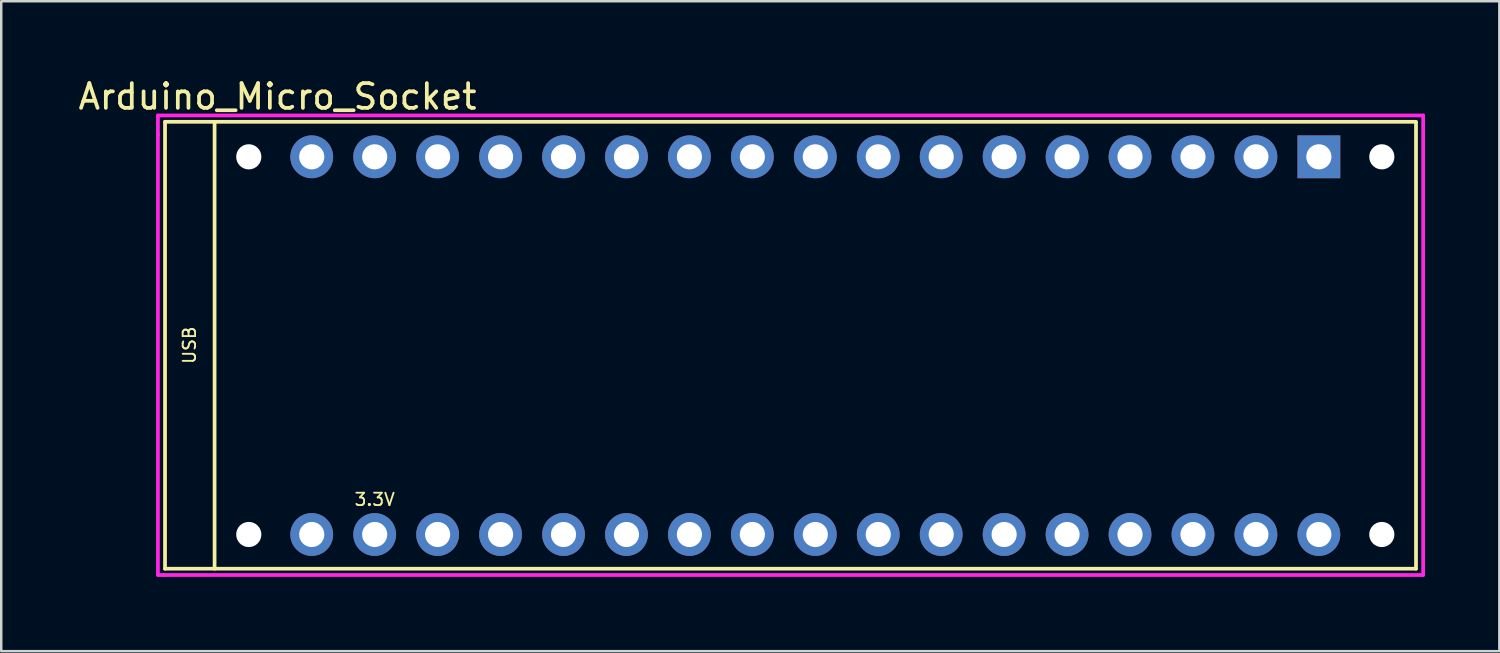
<source format=kicad_pcb>
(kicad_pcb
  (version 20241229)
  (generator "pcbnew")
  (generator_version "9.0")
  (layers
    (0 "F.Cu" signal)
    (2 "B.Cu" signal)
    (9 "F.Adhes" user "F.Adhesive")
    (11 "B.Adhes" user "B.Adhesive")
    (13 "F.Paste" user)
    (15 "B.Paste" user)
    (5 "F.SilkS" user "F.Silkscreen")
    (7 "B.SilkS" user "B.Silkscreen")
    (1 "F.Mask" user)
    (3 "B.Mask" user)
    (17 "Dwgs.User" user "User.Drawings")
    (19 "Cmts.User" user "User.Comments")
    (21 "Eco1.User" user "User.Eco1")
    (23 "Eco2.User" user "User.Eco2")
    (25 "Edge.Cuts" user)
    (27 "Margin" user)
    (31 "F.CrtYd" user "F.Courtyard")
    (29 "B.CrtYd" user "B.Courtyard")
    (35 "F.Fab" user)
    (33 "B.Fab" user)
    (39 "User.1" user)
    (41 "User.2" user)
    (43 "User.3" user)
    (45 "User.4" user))
  (footprint "Arduino_Micro_Socket"
    (layer "F.Cu")
    (at 5.609 19.898)
    (property "Reference" "Arduino_Micro_Socket" (at 2.54 -19.05 0) (layer "F.SilkS") (effects (font (size 1 1) (thickness 0.15))))
    (attr through_hole)
    (fp_line (start -2 -18.034) (end -2 0) (stroke (width 0.15) (type solid)) (layer "F.SilkS"))
    (fp_line (start -2 -18.034) (end 48.48 -18.034) (stroke (width 0.15) (type solid)) (layer "F.SilkS"))
    (fp_line (start -2 0) (end 48.48 0) (stroke (width 0.15) (type solid)) (layer "F.SilkS"))
    (fp_line (start 0 -18) (end 0 0) (stroke (width 0.15) (type solid)) (layer "F.SilkS"))
    (fp_line (start 48.48 -18) (end 48.48 0) (stroke (width 0.15) (type solid)) (layer "F.SilkS"))
    (fp_line (start -2.286 -18.288) (end 48.768 -18.288) (stroke (width 0.15) (type solid)) (layer "F.CrtYd"))
    (fp_line (start -2.286 -17.526) (end -2.286 -18.288) (stroke (width 0.15) (type solid)) (layer "F.CrtYd"))
    (fp_line (start -2.286 0.254) (end -2.286 -17.526) (stroke (width 0.15) (type solid)) (layer "F.CrtYd"))
    (fp_line (start -2.032 0.254) (end -2.286 0.254) (stroke (width 0.15) (type solid)) (layer "F.CrtYd"))
    (fp_line (start 48.768 -18.288) (end 48.768 0.254) (stroke (width 0.15) (type solid)) (layer "F.CrtYd"))
    (fp_line (start 48.768 0.254) (end -2.032 0.254) (stroke (width 0.15) (type solid)) (layer "F.CrtYd"))
    (fp_text user "USB" (at -1.016 -9.017 90) (layer "F.SilkS") (effects (font (size 0.5 0.5) (thickness 0.075))))
    (fp_text user "3.3V" (at 6.46 -2.794 0) (layer "F.SilkS") (effects (font (size 0.5 0.5) (thickness 0.075))))
    (pad "" np_thru_hole circle (at 1.38 -16.62) (size 1.016 1.016) (drill 1.016) (layers "*.Cu" "*.Mask"))
    (pad "" np_thru_hole circle (at 1.38 -1.38) (size 1.016 1.016) (drill 1.016) (layers "*.Cu" "*.Mask"))
    (pad "" thru_hole oval (at 26.78 -1.38) (size 1.727 1.727) (drill 1.016) (layers "*.Cu" "*.Mask"))
    (pad "" thru_hole oval (at 29.32 -1.38) (size 1.727 1.727) (drill 1.016) (layers "*.Cu" "*.Mask"))
    (pad "" np_thru_hole circle (at 47.1 -16.62) (size 1.016 1.016) (drill 1.016) (layers "*.Cu" "*.Mask"))
    (pad "" np_thru_hole circle (at 47.1 -1.38) (size 1.016 1.016) (drill 1.016) (layers "*.Cu" "*.Mask"))
    (pad "2" thru_hole oval (at 29.32 -16.62) (size 1.727 1.727) (drill 1.016) (layers "*.Cu" "*.Mask"))
    (pad "3" thru_hole oval (at 26.78 -16.62) (size 1.727 1.727) (drill 1.016) (layers "*.Cu" "*.Mask"))
    (pad "3.3V" thru_hole oval (at 6.46 -1.38) (size 1.727 1.727) (drill 1.016) (layers "*.Cu" "*.Mask"))
    (pad "4" thru_hole oval (at 24.24 -16.62) (size 1.727 1.727) (drill 1.016) (layers "*.Cu" "*.Mask"))
    (pad "5" thru_hole oval (at 21.7 -16.62) (size 1.727 1.727) (drill 1.016) (layers "*.Cu" "*.Mask"))
    (pad "5V" thru_hole oval (at 31.86 -1.38) (size 1.727 1.727) (drill 1.016) (layers "*.Cu" "*.Mask"))
    (pad "6" thru_hole oval (at 19.16 -16.62) (size 1.727 1.727) (drill 1.016) (layers "*.Cu" "*.Mask"))
    (pad "7" thru_hole oval (at 16.62 -16.62) (size 1.727 1.727) (drill 1.016) (layers "*.Cu" "*.Mask"))
    (pad "8" thru_hole oval (at 14.08 -16.62) (size 1.727 1.727) (drill 1.016) (layers "*.Cu" "*.Mask"))
    (pad "9" thru_hole oval (at 11.54 -16.62) (size 1.727 1.727) (drill 1.016) (layers "*.Cu" "*.Mask"))
    (pad "10" thru_hole oval (at 9 -16.62) (size 1.727 1.727) (drill 1.016) (layers "*.Cu" "*.Mask"))
    (pad "11" thru_hole oval (at 6.46 -16.62) (size 1.727 1.727) (drill 1.016) (layers "*.Cu" "*.Mask"))
    (pad "12" thru_hole oval (at 3.92 -16.62) (size 1.727 1.727) (drill 1.016) (layers "*.Cu" "*.Mask"))
    (pad "13" thru_hole oval (at 3.92 -1.38) (size 1.727 1.727) (drill 1.016) (layers "*.Cu" "*.Mask"))
    (pad "A0" thru_hole oval (at 11.54 -1.38) (size 1.727 1.727) (drill 1.016) (layers "*.Cu" "*.Mask"))
    (pad "A1" thru_hole oval (at 14.08 -1.38) (size 1.727 1.727) (drill 1.016) (layers "*.Cu" "*.Mask"))
    (pad "A2" thru_hole oval (at 16.62 -1.38) (size 1.727 1.727) (drill 1.016) (layers "*.Cu" "*.Mask"))
    (pad "A3" thru_hole oval (at 19.16 -1.38) (size 1.727 1.727) (drill 1.016) (layers "*.Cu" "*.Mask"))
    (pad "A4" thru_hole oval (at 21.7 -1.38) (size 1.727 1.727) (drill 1.016) (layers "*.Cu" "*.Mask"))
    (pad "A5" thru_hole oval (at 24.24 -1.38) (size 1.727 1.727) (drill 1.016) (layers "*.Cu" "*.Mask"))
    (pad "AREF" thru_hole oval (at 9 -1.38) (size 1.727 1.727) (drill 1.016) (layers "*.Cu" "*.Mask"))
    (pad "GND" thru_hole oval (at 31.86 -16.62) (size 1.727 1.727) (drill 1.016) (layers "*.Cu" "*.Mask"))
    (pad "GND" thru_hole oval (at 36.94 -1.38) (size 1.727 1.727) (drill 1.016) (layers "*.Cu" "*.Mask"))
    (pad "MI" thru_hole oval (at 42.02 -1.38) (size 1.727 1.727) (drill 1.016) (layers "*.Cu" "*.Mask"))
    (pad "MO" thru_hole rect (at 44.56 -16.62) (size 1.727 1.727) (drill 1.016) (layers "*.Cu" "*.Mask"))
    (pad "RST" thru_hole oval (at 34.4 -1.38) (size 1.727 1.727) (drill 1.016) (layers "*.Cu" "*.Mask"))
    (pad "RST1" thru_hole oval (at 34.4 -16.62) (size 1.727 1.727) (drill 1.016) (layers "*.Cu" "*.Mask"))
    (pad "RX" thru_hole oval (at 36.94 -16.62) (size 1.727 1.727) (drill 1.016) (layers "*.Cu" "*.Mask"))
    (pad "SCK" thru_hole oval (at 44.56 -1.38) (size 1.727 1.727) (drill 1.016) (layers "*.Cu" "*.Mask"))
    (pad "SS" thru_hole oval (at 42.02 -16.62) (size 1.727 1.727) (drill 1.016) (layers "*.Cu" "*.Mask"))
    (pad "TX" thru_hole oval (at 39.48 -16.62) (size 1.727 1.727) (drill 1.016) (layers "*.Cu" "*.Mask"))
    (pad "VI" thru_hole oval (at 39.48 -1.38) (size 1.727 1.727) (drill 1.016) (layers "*.Cu" "*.Mask")))
  (gr_rect
    (start -3 -3)
    (end 57.452 23.227)
    (stroke (width 0.1) (type default))
    (fill no)
    (layer "Edge.Cuts")))
</source>
